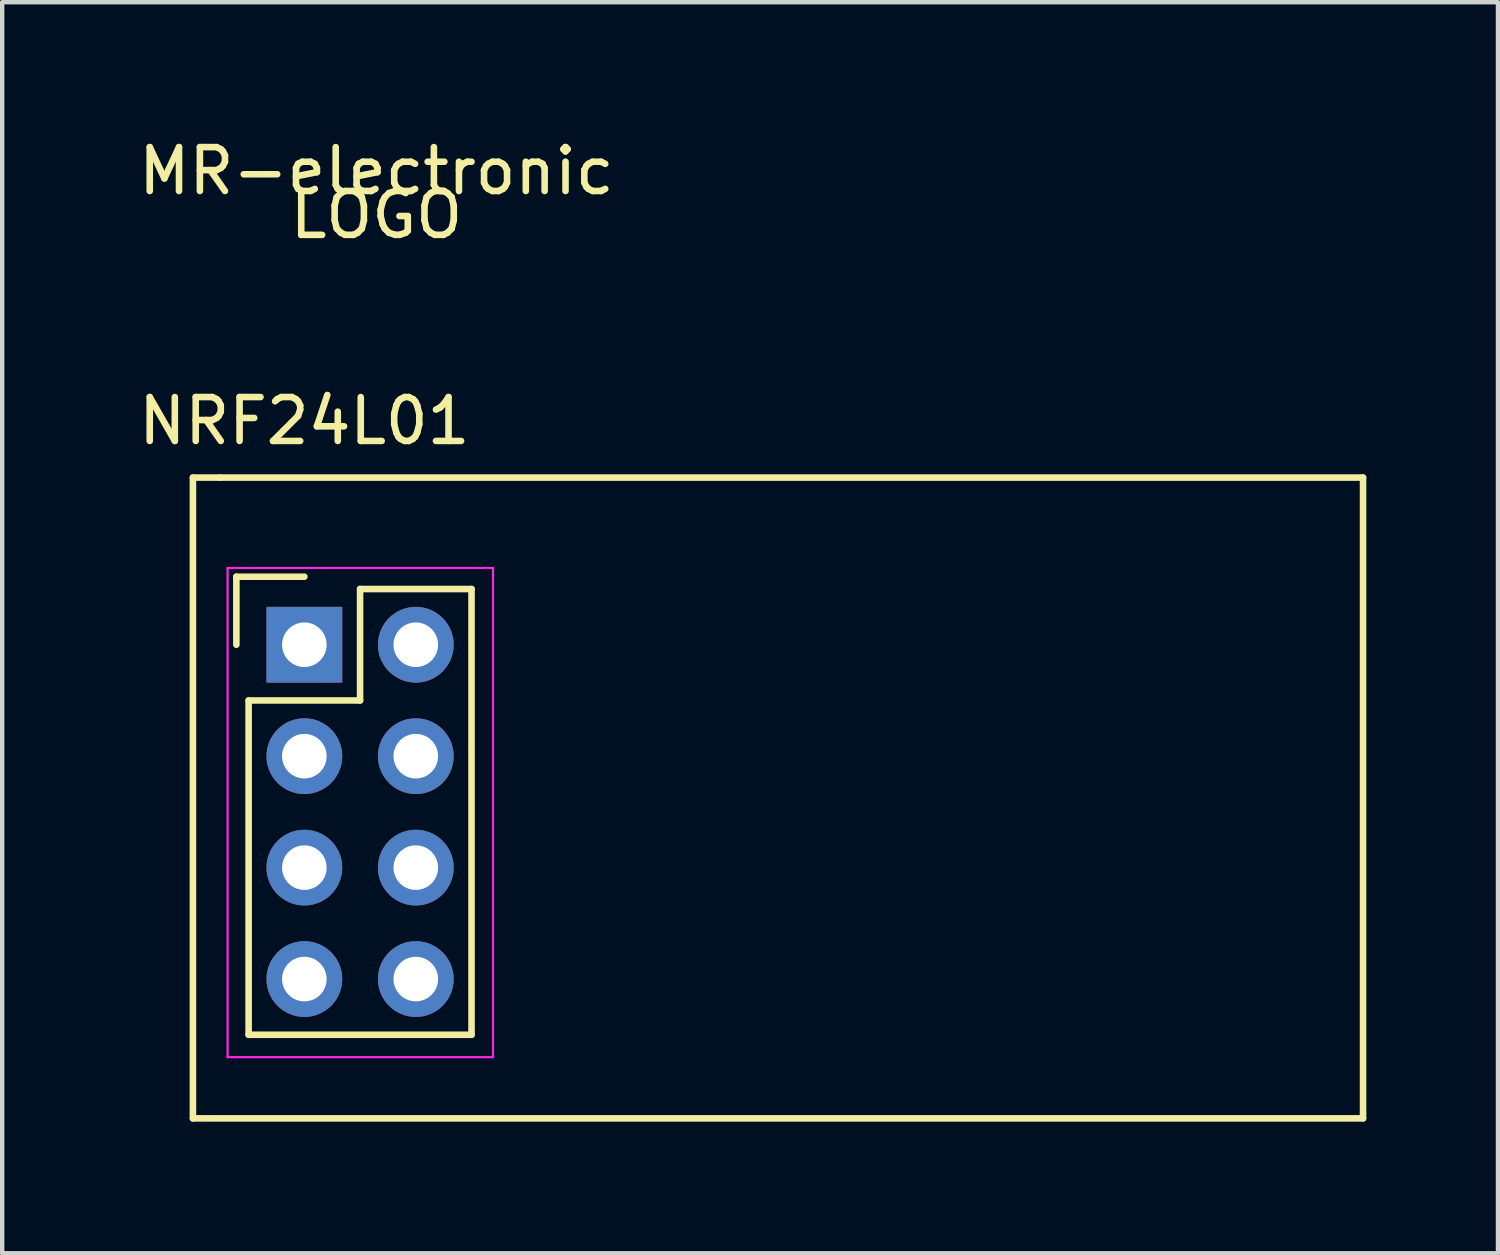
<source format=kicad_pcb>
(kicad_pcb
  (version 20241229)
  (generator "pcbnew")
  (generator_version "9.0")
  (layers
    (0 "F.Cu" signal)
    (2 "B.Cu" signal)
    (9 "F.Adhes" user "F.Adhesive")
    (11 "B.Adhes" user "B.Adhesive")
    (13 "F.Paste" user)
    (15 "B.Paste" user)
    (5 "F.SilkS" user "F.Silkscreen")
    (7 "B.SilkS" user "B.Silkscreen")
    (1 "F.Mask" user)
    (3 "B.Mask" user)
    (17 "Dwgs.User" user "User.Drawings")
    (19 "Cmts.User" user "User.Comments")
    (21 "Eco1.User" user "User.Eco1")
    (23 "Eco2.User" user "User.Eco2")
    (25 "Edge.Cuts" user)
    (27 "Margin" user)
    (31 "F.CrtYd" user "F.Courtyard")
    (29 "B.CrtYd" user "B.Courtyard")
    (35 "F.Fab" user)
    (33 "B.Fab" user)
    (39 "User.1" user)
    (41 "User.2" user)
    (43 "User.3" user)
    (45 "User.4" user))
  (footprint "LOGO"
    (layer "F.Cu")
    (at 5.53 0.848)
    (property "Reference" "LOGO" (at 0 1 0) (layer "F.SilkS") (effects (font (size 1 1) (thickness 0.15))))
    (attr through_hole)
    (fp_text user "MR-electronic" (at 0 0 0) (layer "F.SilkS") (effects (font (size 1 1) (thickness 0.15)))))
  (footprint "NRF24L01"
    (layer "F.Cu")
    (at 3.887 11.645)
    (property "Reference" "NRF24L01" (at 0 -5.1 0) (layer "F.SilkS") (effects (font (size 1 1) (thickness 0.15))))
    (attr through_hole)
    (fp_line (start -2.54 -3.81) (end -1.905 -3.81) (stroke (width 0.15) (type solid)) (layer "F.SilkS"))
    (fp_line (start -2.54 10.795) (end -2.54 -3.81) (stroke (width 0.15) (type solid)) (layer "F.SilkS"))
    (fp_line (start -1.905 -3.81) (end 24.13 -3.81) (stroke (width 0.15) (type solid)) (layer "F.SilkS"))
    (fp_line (start -1.55 -1.55) (end -1.55 0) (stroke (width 0.15) (type solid)) (layer "F.SilkS"))
    (fp_line (start -1.27 1.27) (end -1.27 8.89) (stroke (width 0.15) (type solid)) (layer "F.SilkS"))
    (fp_line (start -1.27 8.89) (end 3.81 8.89) (stroke (width 0.15) (type solid)) (layer "F.SilkS"))
    (fp_line (start 0 -1.55) (end -1.55 -1.55) (stroke (width 0.15) (type solid)) (layer "F.SilkS"))
    (fp_line (start 1.27 -1.27) (end 1.27 1.27) (stroke (width 0.15) (type solid)) (layer "F.SilkS"))
    (fp_line (start 1.27 1.27) (end -1.27 1.27) (stroke (width 0.15) (type solid)) (layer "F.SilkS"))
    (fp_line (start 3.81 -1.27) (end 1.27 -1.27) (stroke (width 0.15) (type solid)) (layer "F.SilkS"))
    (fp_line (start 3.81 8.89) (end 3.81 -1.27) (stroke (width 0.15) (type solid)) (layer "F.SilkS"))
    (fp_line (start 24.13 -3.81) (end 24.13 10.795) (stroke (width 0.15) (type solid)) (layer "F.SilkS"))
    (fp_line (start 24.13 10.795) (end -2.54 10.795) (stroke (width 0.15) (type solid)) (layer "F.SilkS"))
    (fp_line (start -1.75 -1.75) (end -1.75 9.4) (stroke (width 0.05) (type solid)) (layer "F.CrtYd"))
    (fp_line (start -1.75 -1.75) (end 4.3 -1.75) (stroke (width 0.05) (type solid)) (layer "F.CrtYd"))
    (fp_line (start -1.75 9.4) (end 4.3 9.4) (stroke (width 0.05) (type solid)) (layer "F.CrtYd"))
    (fp_line (start 4.3 -1.75) (end 4.3 9.4) (stroke (width 0.05) (type solid)) (layer "F.CrtYd"))
    (pad "1" thru_hole rect (at 0 0) (size 1.727 1.727) (drill 1.016) (layers "*.Cu" "*.Mask"))
    (pad "2" thru_hole oval (at 2.54 0) (size 1.727 1.727) (drill 1.016) (layers "*.Cu" "*.Mask"))
    (pad "3" thru_hole oval (at 0 2.54) (size 1.727 1.727) (drill 1.016) (layers "*.Cu" "*.Mask"))
    (pad "4" thru_hole oval (at 2.54 2.54) (size 1.727 1.727) (drill 1.016) (layers "*.Cu" "*.Mask"))
    (pad "5" thru_hole oval (at 0 5.08) (size 1.727 1.727) (drill 1.016) (layers "*.Cu" "*.Mask"))
    (pad "6" thru_hole oval (at 2.54 5.08) (size 1.727 1.727) (drill 1.016) (layers "*.Cu" "*.Mask"))
    (pad "7" thru_hole oval (at 0 7.62) (size 1.727 1.727) (drill 1.016) (layers "*.Cu" "*.Mask"))
    (pad "8" thru_hole oval (at 2.54 7.62) (size 1.727 1.727) (drill 1.016) (layers "*.Cu" "*.Mask")))
  (gr_rect
    (start -3 -3)
    (end 31.092 25.515)
    (stroke (width 0.1) (type default))
    (fill no)
    (layer "Edge.Cuts")))
</source>
